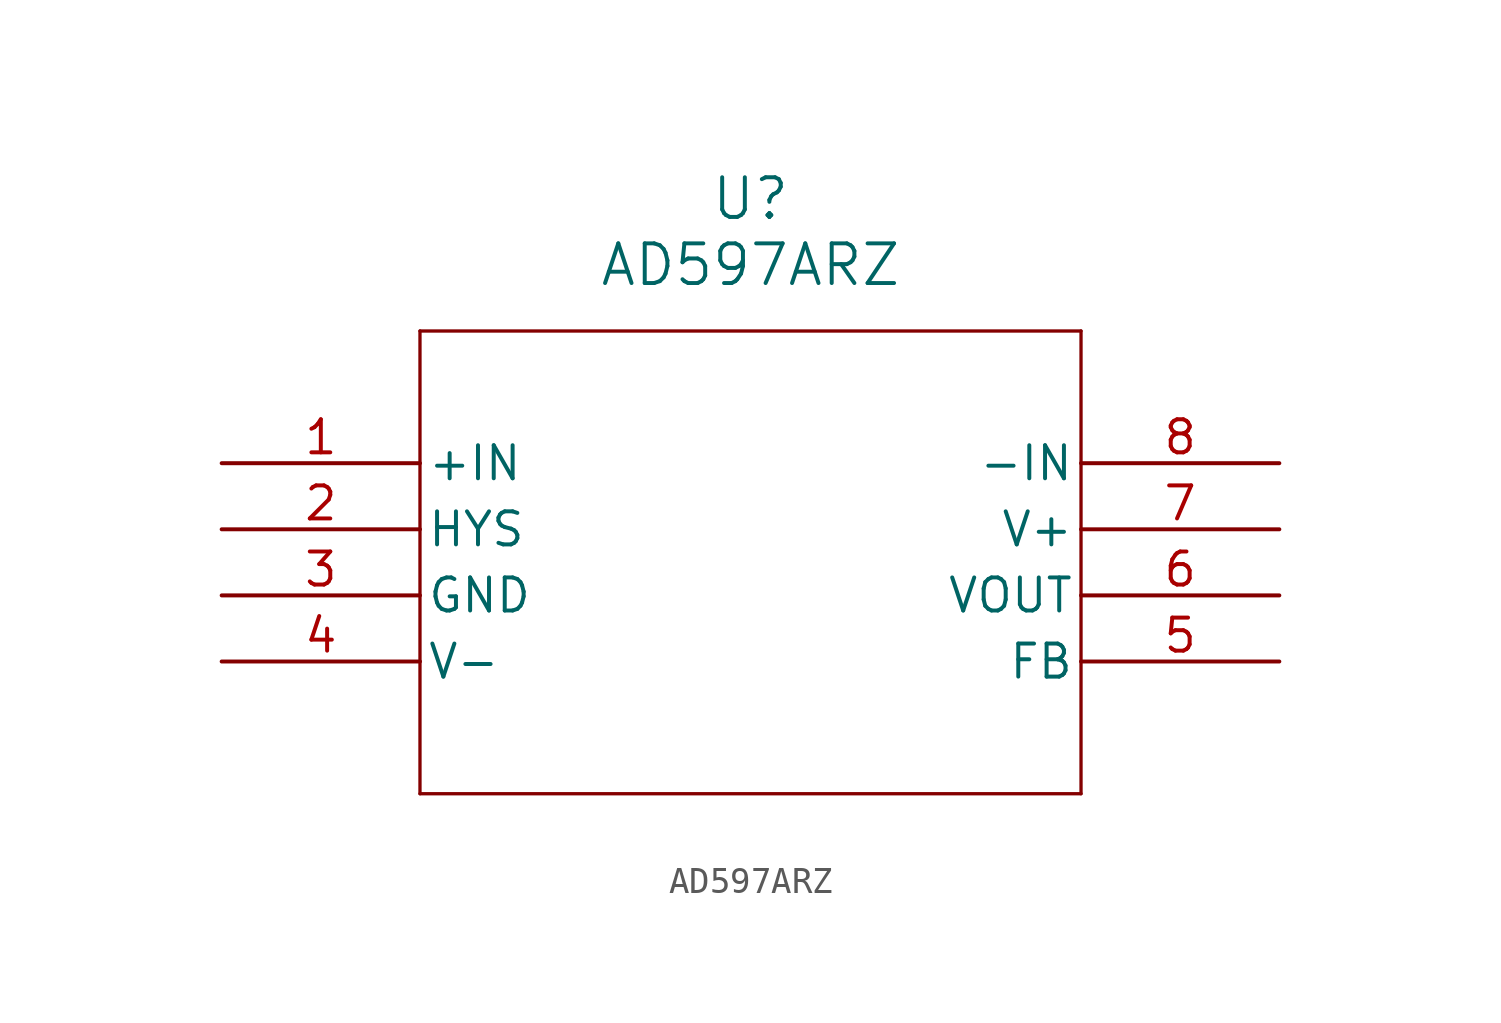
<source format=kicad_sym>
(kicad_symbol_lib
  (version 20220914)
  (generator kicad_symbol_editor)
  (symbol "AD597ARZ"
    (pin_names
      (offset 0.254))
    (property "Reference" "U"
      (at 20.32 10.16 0)
      (effects (font (size 1.524 1.524))))
    (property "Value" "AD597ARZ"
      (at 20.32 7.62 0)
      (effects (font (size 1.524 1.524))))
    (property "ki_locked" ""
      (at 0 0 0)
      (effects (font (size 1.27 1.27))))
    (symbol "AD597ARZ_0_1"
      (polyline (pts (xy 7.62 -12.7) (xy 33.02 -12.7)) (stroke (width 0.127) (type default)) (fill (type none)))
      (polyline (pts (xy 7.62 5.08) (xy 7.62 -12.7)) (stroke (width 0.127) (type default)) (fill (type none)))
      (polyline (pts (xy 33.02 -12.7) (xy 33.02 5.08)) (stroke (width 0.127) (type default)) (fill (type none)))
      (polyline (pts (xy 33.02 5.08) (xy 7.62 5.08)) (stroke (width 0.127) (type default)) (fill (type none)))
      (pin unspecified line (at 0 0 0) (length 7.62) (name "+IN" (effects (font (size 1.27 1.27)))) (number "1" (effects (font (size 1.27 1.27)))))
      (pin unspecified line (at 0 -2.54 0) (length 7.62) (name "HYS" (effects (font (size 1.27 1.27)))) (number "2" (effects (font (size 1.27 1.27)))))
      (pin unspecified line (at 0 -5.08 0) (length 7.62) (name "GND" (effects (font (size 1.27 1.27)))) (number "3" (effects (font (size 1.27 1.27)))))
      (pin power_in line (at 0 -7.62 0) (length 7.62) (name "V-" (effects (font (size 1.27 1.27)))) (number "4" (effects (font (size 1.27 1.27)))))
      (pin unspecified line (at 40.64 -7.62 180) (length 7.62) (name "FB" (effects (font (size 1.27 1.27)))) (number "5" (effects (font (size 1.27 1.27)))))
      (pin unspecified line (at 40.64 -5.08 180) (length 7.62) (name "VOUT" (effects (font (size 1.27 1.27)))) (number "6" (effects (font (size 1.27 1.27)))))
      (pin power_in line (at 40.64 -2.54 180) (length 7.62) (name "V+" (effects (font (size 1.27 1.27)))) (number "7" (effects (font (size 1.27 1.27)))))
      (pin unspecified line (at 40.64 0 180) (length 7.62) (name "-IN" (effects (font (size 1.27 1.27)))) (number "8" (effects (font (size 1.27 1.27))))))))
</source>
